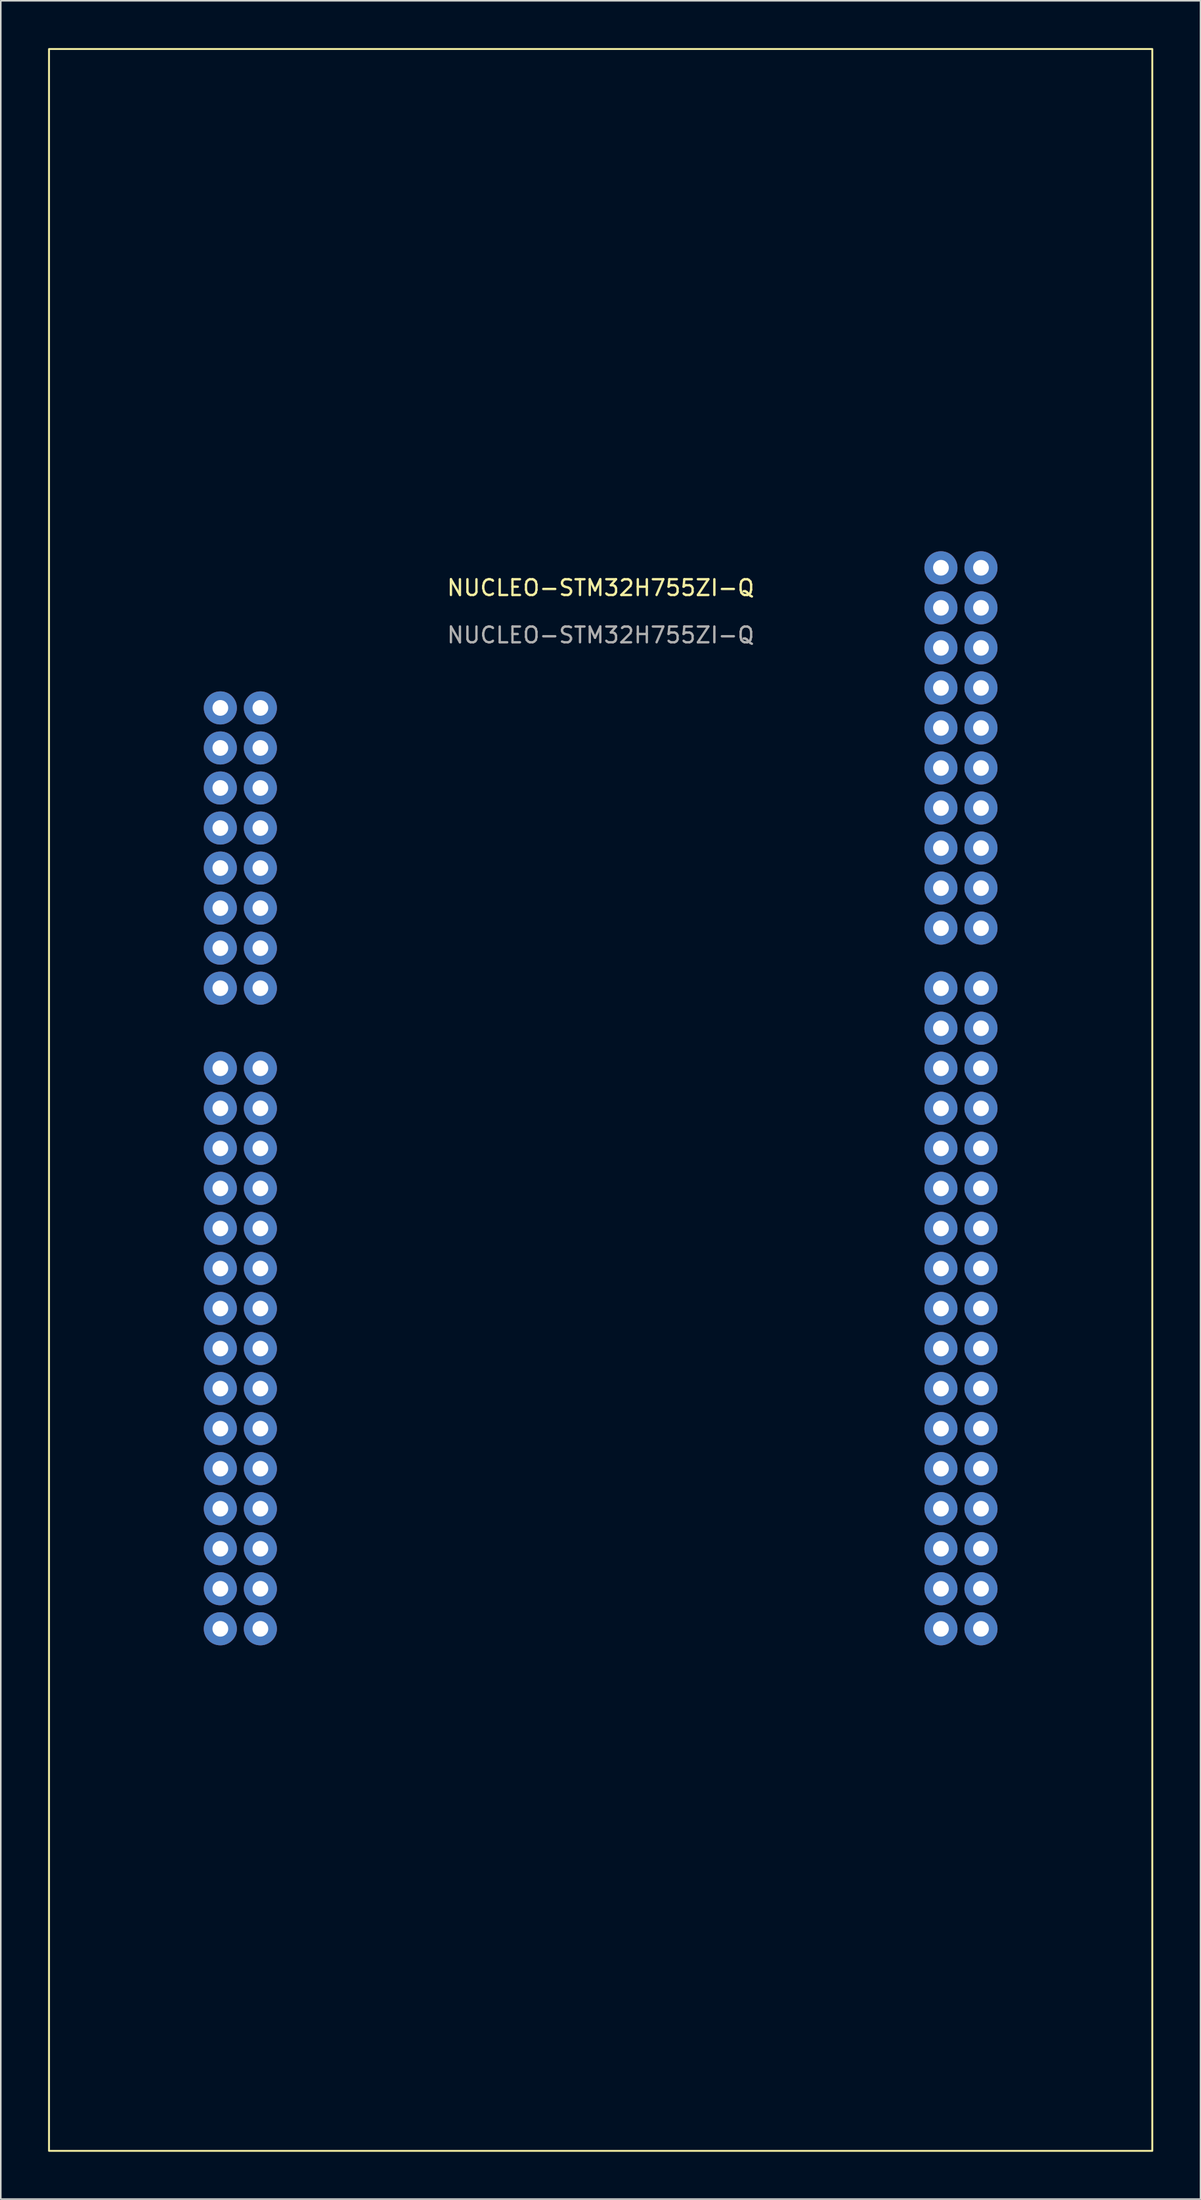
<source format=kicad_pcb>
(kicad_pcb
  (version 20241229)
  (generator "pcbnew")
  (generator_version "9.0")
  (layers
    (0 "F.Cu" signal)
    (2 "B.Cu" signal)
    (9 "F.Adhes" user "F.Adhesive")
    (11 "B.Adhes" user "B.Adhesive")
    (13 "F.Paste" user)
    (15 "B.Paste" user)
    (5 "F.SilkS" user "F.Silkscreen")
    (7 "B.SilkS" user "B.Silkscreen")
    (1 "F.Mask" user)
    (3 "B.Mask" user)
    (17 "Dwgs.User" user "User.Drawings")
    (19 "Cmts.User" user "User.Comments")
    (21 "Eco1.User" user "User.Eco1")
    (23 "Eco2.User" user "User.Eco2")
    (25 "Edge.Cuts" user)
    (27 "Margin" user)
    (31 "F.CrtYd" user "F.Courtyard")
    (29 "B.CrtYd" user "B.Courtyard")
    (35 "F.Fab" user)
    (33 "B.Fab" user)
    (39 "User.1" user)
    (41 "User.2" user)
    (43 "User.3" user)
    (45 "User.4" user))
  (footprint "NUCLEO-STM32H755ZI-Q"
    (layer "F.Cu")
    (at 35.06 67.26)
    (property "Reference" "NUCLEO-STM32H755ZI-Q" (at 0 -33.02 0) (unlocked yes) (layer "F.SilkS") (effects (font (size 1 1) (thickness 0.15))))
    (attr through_hole)
    (fp_rect (start -35 -67.2) (end 35 66.14) (stroke (width 0.12) (type solid)) (fill no) (layer "F.SilkS"))
    (fp_text user "${REFERENCE}" (at 0 -30.02 0) (unlocked yes) (layer "F.Fab") (effects (font (size 1 1) (thickness 0.15))))
    (pad "1" thru_hole circle (at -24.13 -25.4) (size 2.1 2.1) (drill 1) (layers "*.Cu" "*.Mask"))
    (pad "1" thru_hole circle (at -24.13 -2.54) (size 2.1 2.1) (drill 1) (layers "*.Cu" "*.Mask"))
    (pad "1" thru_hole circle (at 21.59 -34.29) (size 2.1 2.1) (drill 1) (layers "*.Cu" "*.Mask"))
    (pad "1" thru_hole circle (at 21.59 -7.62) (size 2.1 2.1) (drill 1) (layers "*.Cu" "*.Mask"))
    (pad "2" thru_hole circle (at -21.59 -25.4) (size 2.1 2.1) (drill 1) (layers "*.Cu" "*.Mask"))
    (pad "2" thru_hole circle (at -21.59 -2.54) (size 2.1 2.1) (drill 1) (layers "*.Cu" "*.Mask"))
    (pad "2" thru_hole circle (at 24.13 -34.29) (size 2.1 2.1) (drill 1) (layers "*.Cu" "*.Mask"))
    (pad "2" thru_hole circle (at 24.13 -7.62) (size 2.1 2.1) (drill 1) (layers "*.Cu" "*.Mask"))
    (pad "3" thru_hole circle (at -24.13 -22.86) (size 2.1 2.1) (drill 1) (layers "*.Cu" "*.Mask"))
    (pad "3" thru_hole circle (at -24.13 0) (size 2.1 2.1) (drill 1) (layers "*.Cu" "*.Mask"))
    (pad "3" thru_hole circle (at 21.59 -31.75) (size 2.1 2.1) (drill 1) (layers "*.Cu" "*.Mask"))
    (pad "3" thru_hole circle (at 21.59 -5.08) (size 2.1 2.1) (drill 1) (layers "*.Cu" "*.Mask"))
    (pad "4" thru_hole circle (at -21.59 -22.86) (size 2.1 2.1) (drill 1) (layers "*.Cu" "*.Mask"))
    (pad "4" thru_hole circle (at -21.59 0) (size 2.1 2.1) (drill 1) (layers "*.Cu" "*.Mask"))
    (pad "4" thru_hole circle (at 24.13 -31.75) (size 2.1 2.1) (drill 1) (layers "*.Cu" "*.Mask"))
    (pad "4" thru_hole circle (at 24.13 -5.08) (size 2.1 2.1) (drill 1) (layers "*.Cu" "*.Mask"))
    (pad "5" thru_hole circle (at -24.13 -20.32) (size 2.1 2.1) (drill 1) (layers "*.Cu" "*.Mask"))
    (pad "5" thru_hole circle (at -24.13 2.54) (size 2.1 2.1) (drill 1) (layers "*.Cu" "*.Mask"))
    (pad "5" thru_hole circle (at 21.59 -29.21) (size 2.1 2.1) (drill 1) (layers "*.Cu" "*.Mask"))
    (pad "5" thru_hole circle (at 21.59 -2.54) (size 2.1 2.1) (drill 1) (layers "*.Cu" "*.Mask"))
    (pad "6" thru_hole circle (at -21.59 -20.32) (size 2.1 2.1) (drill 1) (layers "*.Cu" "*.Mask"))
    (pad "6" thru_hole circle (at -21.59 2.54) (size 2.1 2.1) (drill 1) (layers "*.Cu" "*.Mask"))
    (pad "6" thru_hole circle (at 24.13 -29.21) (size 2.1 2.1) (drill 1) (layers "*.Cu" "*.Mask"))
    (pad "6" thru_hole circle (at 24.13 -2.54) (size 2.1 2.1) (drill 1) (layers "*.Cu" "*.Mask"))
    (pad "7" thru_hole circle (at -24.13 -17.78) (size 2.1 2.1) (drill 1) (layers "*.Cu" "*.Mask"))
    (pad "7" thru_hole circle (at -24.13 5.08) (size 2.1 2.1) (drill 1) (layers "*.Cu" "*.Mask"))
    (pad "7" thru_hole circle (at 21.59 -26.67) (size 2.1 2.1) (drill 1) (layers "*.Cu" "*.Mask"))
    (pad "7" thru_hole circle (at 21.59 0) (size 2.1 2.1) (drill 1) (layers "*.Cu" "*.Mask"))
    (pad "8" thru_hole circle (at -21.59 -17.78) (size 2.1 2.1) (drill 1) (layers "*.Cu" "*.Mask"))
    (pad "8" thru_hole circle (at -21.59 5.08) (size 2.1 2.1) (drill 1) (layers "*.Cu" "*.Mask"))
    (pad "8" thru_hole circle (at 24.13 -26.67) (size 2.1 2.1) (drill 1) (layers "*.Cu" "*.Mask"))
    (pad "8" thru_hole circle (at 24.13 0) (size 2.1 2.1) (drill 1) (layers "*.Cu" "*.Mask"))
    (pad "9" thru_hole circle (at -24.13 -15.24) (size 2.1 2.1) (drill 1) (layers "*.Cu" "*.Mask"))
    (pad "9" thru_hole circle (at -24.13 7.62) (size 2.1 2.1) (drill 1) (layers "*.Cu" "*.Mask"))
    (pad "9" thru_hole circle (at 21.59 -24.13) (size 2.1 2.1) (drill 1) (layers "*.Cu" "*.Mask"))
    (pad "9" thru_hole circle (at 21.59 2.54) (size 2.1 2.1) (drill 1) (layers "*.Cu" "*.Mask"))
    (pad "10" thru_hole circle (at -21.59 -15.24) (size 2.1 2.1) (drill 1) (layers "*.Cu" "*.Mask"))
    (pad "10" thru_hole circle (at -21.59 7.62) (size 2.1 2.1) (drill 1) (layers "*.Cu" "*.Mask"))
    (pad "10" thru_hole circle (at 24.13 -24.13) (size 2.1 2.1) (drill 1) (layers "*.Cu" "*.Mask"))
    (pad "10" thru_hole circle (at 24.13 2.54) (size 2.1 2.1) (drill 1) (layers "*.Cu" "*.Mask"))
    (pad "11" thru_hole circle (at -24.13 -12.7) (size 2.1 2.1) (drill 1) (layers "*.Cu" "*.Mask"))
    (pad "11" thru_hole circle (at -24.13 10.16) (size 2.1 2.1) (drill 1) (layers "*.Cu" "*.Mask"))
    (pad "11" thru_hole circle (at 21.59 -21.59) (size 2.1 2.1) (drill 1) (layers "*.Cu" "*.Mask"))
    (pad "11" thru_hole circle (at 21.59 5.08) (size 2.1 2.1) (drill 1) (layers "*.Cu" "*.Mask"))
    (pad "12" thru_hole circle (at -21.59 -12.7) (size 2.1 2.1) (drill 1) (layers "*.Cu" "*.Mask"))
    (pad "12" thru_hole circle (at -21.59 10.16) (size 2.1 2.1) (drill 1) (layers "*.Cu" "*.Mask"))
    (pad "12" thru_hole circle (at 24.13 -21.59) (size 2.1 2.1) (drill 1) (layers "*.Cu" "*.Mask"))
    (pad "12" thru_hole circle (at 24.13 5.08) (size 2.1 2.1) (drill 1) (layers "*.Cu" "*.Mask"))
    (pad "13" thru_hole circle (at -24.13 -10.16) (size 2.1 2.1) (drill 1) (layers "*.Cu" "*.Mask"))
    (pad "13" thru_hole circle (at -24.13 12.7) (size 2.1 2.1) (drill 1) (layers "*.Cu" "*.Mask"))
    (pad "13" thru_hole circle (at 21.59 -19.05) (size 2.1 2.1) (drill 1) (layers "*.Cu" "*.Mask"))
    (pad "13" thru_hole circle (at 21.59 7.62) (size 2.1 2.1) (drill 1) (layers "*.Cu" "*.Mask"))
    (pad "14" thru_hole circle (at -21.59 -10.16) (size 2.1 2.1) (drill 1) (layers "*.Cu" "*.Mask"))
    (pad "14" thru_hole circle (at -21.59 12.7) (size 2.1 2.1) (drill 1) (layers "*.Cu" "*.Mask"))
    (pad "14" thru_hole circle (at 24.13 -19.05) (size 2.1 2.1) (drill 1) (layers "*.Cu" "*.Mask"))
    (pad "14" thru_hole circle (at 24.13 7.62) (size 2.1 2.1) (drill 1) (layers "*.Cu" "*.Mask"))
    (pad "15" thru_hole circle (at -24.13 -7.62) (size 2.1 2.1) (drill 1) (layers "*.Cu" "*.Mask"))
    (pad "15" thru_hole circle (at -24.13 15.24) (size 2.1 2.1) (drill 1) (layers "*.Cu" "*.Mask"))
    (pad "15" thru_hole circle (at 21.59 -16.51) (size 2.1 2.1) (drill 1) (layers "*.Cu" "*.Mask"))
    (pad "15" thru_hole circle (at 21.59 10.16) (size 2.1 2.1) (drill 1) (layers "*.Cu" "*.Mask"))
    (pad "16" thru_hole circle (at -21.59 -7.62) (size 2.1 2.1) (drill 1) (layers "*.Cu" "*.Mask"))
    (pad "16" thru_hole circle (at -21.59 15.24) (size 2.1 2.1) (drill 1) (layers "*.Cu" "*.Mask"))
    (pad "16" thru_hole circle (at 24.13 -16.51) (size 2.1 2.1) (drill 1) (layers "*.Cu" "*.Mask"))
    (pad "16" thru_hole circle (at 24.13 10.16) (size 2.1 2.1) (drill 1) (layers "*.Cu" "*.Mask"))
    (pad "17" thru_hole circle (at -24.13 17.78) (size 2.1 2.1) (drill 1) (layers "*.Cu" "*.Mask"))
    (pad "17" thru_hole circle (at 21.59 -13.97) (size 2.1 2.1) (drill 1) (layers "*.Cu" "*.Mask"))
    (pad "17" thru_hole circle (at 21.59 12.7) (size 2.1 2.1) (drill 1) (layers "*.Cu" "*.Mask"))
    (pad "18" thru_hole circle (at -21.59 17.78) (size 2.1 2.1) (drill 1) (layers "*.Cu" "*.Mask"))
    (pad "18" thru_hole circle (at 24.13 -13.97) (size 2.1 2.1) (drill 1) (layers "*.Cu" "*.Mask"))
    (pad "18" thru_hole circle (at 24.13 12.7) (size 2.1 2.1) (drill 1) (layers "*.Cu" "*.Mask"))
    (pad "19" thru_hole circle (at -24.13 20.32) (size 2.1 2.1) (drill 1) (layers "*.Cu" "*.Mask"))
    (pad "19" thru_hole circle (at 21.59 -11.43) (size 2.1 2.1) (drill 1) (layers "*.Cu" "*.Mask"))
    (pad "19" thru_hole circle (at 21.59 15.24) (size 2.1 2.1) (drill 1) (layers "*.Cu" "*.Mask"))
    (pad "20" thru_hole circle (at -21.59 20.32) (size 2.1 2.1) (drill 1) (layers "*.Cu" "*.Mask"))
    (pad "20" thru_hole circle (at 24.13 -11.43) (size 2.1 2.1) (drill 1) (layers "*.Cu" "*.Mask"))
    (pad "20" thru_hole circle (at 24.13 15.24) (size 2.1 2.1) (drill 1) (layers "*.Cu" "*.Mask"))
    (pad "21" thru_hole circle (at -24.13 22.86) (size 2.1 2.1) (drill 1) (layers "*.Cu" "*.Mask"))
    (pad "21" thru_hole circle (at 21.59 17.78) (size 2.1 2.1) (drill 1) (layers "*.Cu" "*.Mask"))
    (pad "22" thru_hole circle (at -21.59 22.86) (size 2.1 2.1) (drill 1) (layers "*.Cu" "*.Mask"))
    (pad "22" thru_hole circle (at 24.13 17.78) (size 2.1 2.1) (drill 1) (layers "*.Cu" "*.Mask"))
    (pad "23" thru_hole circle (at -24.13 25.4) (size 2.1 2.1) (drill 1) (layers "*.Cu" "*.Mask"))
    (pad "23" thru_hole circle (at 21.59 20.32) (size 2.1 2.1) (drill 1) (layers "*.Cu" "*.Mask"))
    (pad "24" thru_hole circle (at -21.59 25.4) (size 2.1 2.1) (drill 1) (layers "*.Cu" "*.Mask"))
    (pad "24" thru_hole circle (at 24.13 20.32) (size 2.1 2.1) (drill 1) (layers "*.Cu" "*.Mask"))
    (pad "25" thru_hole circle (at -24.13 27.94) (size 2.1 2.1) (drill 1) (layers "*.Cu" "*.Mask"))
    (pad "25" thru_hole circle (at 21.59 22.86) (size 2.1 2.1) (drill 1) (layers "*.Cu" "*.Mask"))
    (pad "26" thru_hole circle (at -21.59 27.94) (size 2.1 2.1) (drill 1) (layers "*.Cu" "*.Mask"))
    (pad "26" thru_hole circle (at 24.13 22.86) (size 2.1 2.1) (drill 1) (layers "*.Cu" "*.Mask"))
    (pad "27" thru_hole circle (at -24.13 30.48) (size 2.1 2.1) (drill 1) (layers "*.Cu" "*.Mask"))
    (pad "27" thru_hole circle (at 21.59 25.4) (size 2.1 2.1) (drill 1) (layers "*.Cu" "*.Mask"))
    (pad "28" thru_hole circle (at -21.59 30.48) (size 2.1 2.1) (drill 1) (layers "*.Cu" "*.Mask"))
    (pad "28" thru_hole circle (at 24.13 25.4) (size 2.1 2.1) (drill 1) (layers "*.Cu" "*.Mask"))
    (pad "29" thru_hole circle (at -24.13 33.02) (size 2.1 2.1) (drill 1) (layers "*.Cu" "*.Mask"))
    (pad "29" thru_hole circle (at 21.59 27.94) (size 2.1 2.1) (drill 1) (layers "*.Cu" "*.Mask"))
    (pad "30" thru_hole circle (at -21.59 33.02) (size 2.1 2.1) (drill 1) (layers "*.Cu" "*.Mask"))
    (pad "30" thru_hole circle (at 24.13 27.94) (size 2.1 2.1) (drill 1) (layers "*.Cu" "*.Mask"))
    (pad "31" thru_hole circle (at 21.59 30.48) (size 2.1 2.1) (drill 1) (layers "*.Cu" "*.Mask"))
    (pad "32" thru_hole circle (at 24.13 30.48) (size 2.1 2.1) (drill 1) (layers "*.Cu" "*.Mask"))
    (pad "33" thru_hole circle (at 21.59 33.02) (size 2.1 2.1) (drill 1) (layers "*.Cu" "*.Mask"))
    (pad "34" thru_hole circle (at 24.13 33.02) (size 2.1 2.1) (drill 1) (layers "*.Cu" "*.Mask")))
  (gr_rect
    (start -3 -3)
    (end 73.12 136.46)
    (stroke (width 0.1) (type default))
    (fill no)
    (layer "Edge.Cuts")))
</source>
